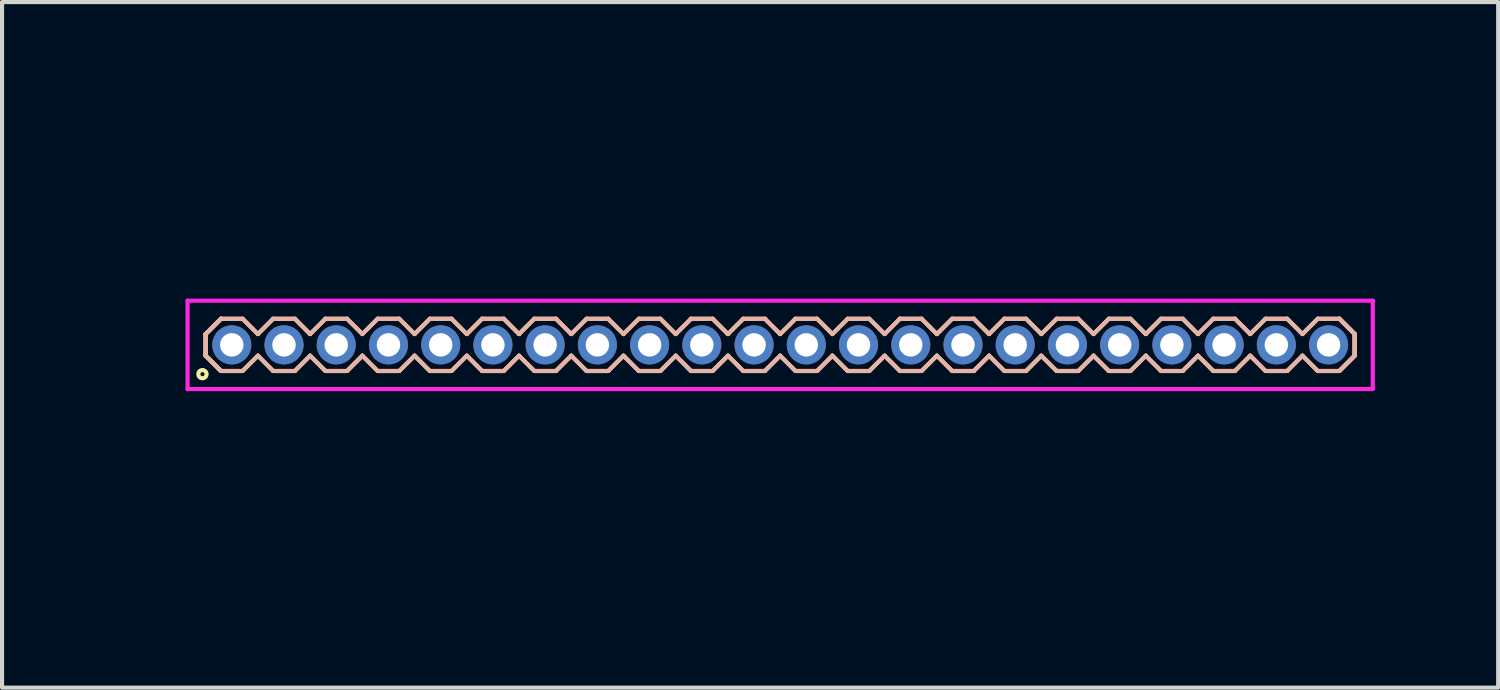
<source format=kicad_pcb>
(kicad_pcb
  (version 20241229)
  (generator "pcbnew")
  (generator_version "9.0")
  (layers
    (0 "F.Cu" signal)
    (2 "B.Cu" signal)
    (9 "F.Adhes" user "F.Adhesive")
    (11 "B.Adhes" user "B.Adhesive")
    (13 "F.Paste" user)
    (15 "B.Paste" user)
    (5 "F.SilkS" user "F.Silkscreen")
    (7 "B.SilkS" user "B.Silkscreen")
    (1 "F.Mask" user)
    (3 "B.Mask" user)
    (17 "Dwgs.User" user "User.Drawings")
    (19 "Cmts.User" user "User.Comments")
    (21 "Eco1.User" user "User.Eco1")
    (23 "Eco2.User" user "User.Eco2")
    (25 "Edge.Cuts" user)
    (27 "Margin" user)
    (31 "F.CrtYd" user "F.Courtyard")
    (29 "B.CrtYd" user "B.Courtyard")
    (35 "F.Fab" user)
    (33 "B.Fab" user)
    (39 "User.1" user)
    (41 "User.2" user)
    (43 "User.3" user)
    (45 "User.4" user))
  (footprint "HDR127P22x1"
    (layer "F.Cu")
    (at 15.921 5.336)
    (property "Reference" "HDR127P22x1" (at -15.16 0 90) (layer "User.1") (effects (font (size 1 1) (thickness 0.1))))
    (attr through_hole)
    (fp_line (start -13.97 -0.263) (end -13.598 -0.635) (stroke (width 0.1) (type solid)) (layer "F.SilkS"))
    (fp_line (start -13.97 -0.263) (end -13.598 -0.635) (stroke (width 0.1) (type solid)) (layer "F.SilkS"))
    (fp_line (start -13.97 0.263) (end -13.97 -0.263) (stroke (width 0.1) (type solid)) (layer "F.SilkS"))
    (fp_line (start -13.97 0.263) (end -13.97 -0.263) (stroke (width 0.1) (type solid)) (layer "F.SilkS"))
    (fp_line (start -13.598 -0.635) (end -13.072 -0.635) (stroke (width 0.1) (type solid)) (layer "F.SilkS"))
    (fp_line (start -13.598 0.635) (end -13.97 0.263) (stroke (width 0.1) (type solid)) (layer "F.SilkS"))
    (fp_line (start -13.598 0.635) (end -13.97 0.263) (stroke (width 0.1) (type solid)) (layer "F.SilkS"))
    (fp_line (start -13.072 -0.635) (end -12.7 -0.263) (stroke (width 0.1) (type solid)) (layer "F.SilkS"))
    (fp_line (start -13.072 0.635) (end -13.598 0.635) (stroke (width 0.1) (type solid)) (layer "F.SilkS"))
    (fp_line (start -12.7 -0.263) (end -12.328 -0.635) (stroke (width 0.1) (type solid)) (layer "F.SilkS"))
    (fp_line (start -12.7 0.263) (end -13.072 0.635) (stroke (width 0.1) (type solid)) (layer "F.SilkS"))
    (fp_line (start -12.328 -0.635) (end -11.802 -0.635) (stroke (width 0.1) (type solid)) (layer "F.SilkS"))
    (fp_line (start -12.328 0.635) (end -12.7 0.263) (stroke (width 0.1) (type solid)) (layer "F.SilkS"))
    (fp_line (start -11.802 -0.635) (end -11.43 -0.263) (stroke (width 0.1) (type solid)) (layer "F.SilkS"))
    (fp_line (start -11.802 0.635) (end -12.328 0.635) (stroke (width 0.1) (type solid)) (layer "F.SilkS"))
    (fp_line (start -11.43 -0.263) (end -11.058 -0.635) (stroke (width 0.1) (type solid)) (layer "F.SilkS"))
    (fp_line (start -11.43 0.263) (end -11.802 0.635) (stroke (width 0.1) (type solid)) (layer "F.SilkS"))
    (fp_line (start -11.058 -0.635) (end -10.532 -0.635) (stroke (width 0.1) (type solid)) (layer "F.SilkS"))
    (fp_line (start -11.058 0.635) (end -11.43 0.263) (stroke (width 0.1) (type solid)) (layer "F.SilkS"))
    (fp_line (start -10.532 -0.635) (end -10.16 -0.263) (stroke (width 0.1) (type solid)) (layer "F.SilkS"))
    (fp_line (start -10.532 0.635) (end -11.058 0.635) (stroke (width 0.1) (type solid)) (layer "F.SilkS"))
    (fp_line (start -10.16 -0.263) (end -9.788 -0.635) (stroke (width 0.1) (type solid)) (layer "F.SilkS"))
    (fp_line (start -10.16 0.263) (end -10.532 0.635) (stroke (width 0.1) (type solid)) (layer "F.SilkS"))
    (fp_line (start -9.788 -0.635) (end -9.262 -0.635) (stroke (width 0.1) (type solid)) (layer "F.SilkS"))
    (fp_line (start -9.788 0.635) (end -10.16 0.263) (stroke (width 0.1) (type solid)) (layer "F.SilkS"))
    (fp_line (start -9.262 -0.635) (end -8.89 -0.263) (stroke (width 0.1) (type solid)) (layer "F.SilkS"))
    (fp_line (start -9.262 0.635) (end -9.788 0.635) (stroke (width 0.1) (type solid)) (layer "F.SilkS"))
    (fp_line (start -8.89 -0.263) (end -8.518 -0.635) (stroke (width 0.1) (type solid)) (layer "F.SilkS"))
    (fp_line (start -8.89 0.263) (end -9.262 0.635) (stroke (width 0.1) (type solid)) (layer "F.SilkS"))
    (fp_line (start -8.518 -0.635) (end -7.992 -0.635) (stroke (width 0.1) (type solid)) (layer "F.SilkS"))
    (fp_line (start -8.518 0.635) (end -8.89 0.263) (stroke (width 0.1) (type solid)) (layer "F.SilkS"))
    (fp_line (start -7.992 -0.635) (end -7.62 -0.263) (stroke (width 0.1) (type solid)) (layer "F.SilkS"))
    (fp_line (start -7.992 0.635) (end -8.518 0.635) (stroke (width 0.1) (type solid)) (layer "F.SilkS"))
    (fp_line (start -7.62 -0.263) (end -7.248 -0.635) (stroke (width 0.1) (type solid)) (layer "F.SilkS"))
    (fp_line (start -7.62 0.263) (end -7.992 0.635) (stroke (width 0.1) (type solid)) (layer "F.SilkS"))
    (fp_line (start -7.248 -0.635) (end -6.722 -0.635) (stroke (width 0.1) (type solid)) (layer "F.SilkS"))
    (fp_line (start -7.248 0.635) (end -7.62 0.263) (stroke (width 0.1) (type solid)) (layer "F.SilkS"))
    (fp_line (start -6.722 -0.635) (end -6.35 -0.263) (stroke (width 0.1) (type solid)) (layer "F.SilkS"))
    (fp_line (start -6.722 0.635) (end -7.248 0.635) (stroke (width 0.1) (type solid)) (layer "F.SilkS"))
    (fp_line (start -6.35 -0.263) (end -5.978 -0.635) (stroke (width 0.1) (type solid)) (layer "F.SilkS"))
    (fp_line (start -6.35 0.263) (end -6.722 0.635) (stroke (width 0.1) (type solid)) (layer "F.SilkS"))
    (fp_line (start -5.978 -0.635) (end -5.452 -0.635) (stroke (width 0.1) (type solid)) (layer "F.SilkS"))
    (fp_line (start -5.978 0.635) (end -6.35 0.263) (stroke (width 0.1) (type solid)) (layer "F.SilkS"))
    (fp_line (start -5.452 -0.635) (end -5.08 -0.263) (stroke (width 0.1) (type solid)) (layer "F.SilkS"))
    (fp_line (start -5.452 0.635) (end -5.978 0.635) (stroke (width 0.1) (type solid)) (layer "F.SilkS"))
    (fp_line (start -5.08 -0.263) (end -4.708 -0.635) (stroke (width 0.1) (type solid)) (layer "F.SilkS"))
    (fp_line (start -5.08 0.263) (end -5.452 0.635) (stroke (width 0.1) (type solid)) (layer "F.SilkS"))
    (fp_line (start -4.708 -0.635) (end -4.182 -0.635) (stroke (width 0.1) (type solid)) (layer "F.SilkS"))
    (fp_line (start -4.708 0.635) (end -5.08 0.263) (stroke (width 0.1) (type solid)) (layer "F.SilkS"))
    (fp_line (start -4.182 -0.635) (end -3.81 -0.263) (stroke (width 0.1) (type solid)) (layer "F.SilkS"))
    (fp_line (start -4.182 0.635) (end -4.708 0.635) (stroke (width 0.1) (type solid)) (layer "F.SilkS"))
    (fp_line (start -3.81 -0.263) (end -3.438 -0.635) (stroke (width 0.1) (type solid)) (layer "F.SilkS"))
    (fp_line (start -3.81 0.263) (end -4.182 0.635) (stroke (width 0.1) (type solid)) (layer "F.SilkS"))
    (fp_line (start -3.438 -0.635) (end -2.912 -0.635) (stroke (width 0.1) (type solid)) (layer "F.SilkS"))
    (fp_line (start -3.438 0.635) (end -3.81 0.263) (stroke (width 0.1) (type solid)) (layer "F.SilkS"))
    (fp_line (start -2.912 -0.635) (end -2.54 -0.263) (stroke (width 0.1) (type solid)) (layer "F.SilkS"))
    (fp_line (start -2.912 0.635) (end -3.438 0.635) (stroke (width 0.1) (type solid)) (layer "F.SilkS"))
    (fp_line (start -2.54 -0.263) (end -2.168 -0.635) (stroke (width 0.1) (type solid)) (layer "F.SilkS"))
    (fp_line (start -2.54 0.263) (end -2.912 0.635) (stroke (width 0.1) (type solid)) (layer "F.SilkS"))
    (fp_line (start -2.168 -0.635) (end -1.642 -0.635) (stroke (width 0.1) (type solid)) (layer "F.SilkS"))
    (fp_line (start -2.168 0.635) (end -2.54 0.263) (stroke (width 0.1) (type solid)) (layer "F.SilkS"))
    (fp_line (start -1.642 -0.635) (end -1.27 -0.263) (stroke (width 0.1) (type solid)) (layer "F.SilkS"))
    (fp_line (start -1.642 0.635) (end -2.168 0.635) (stroke (width 0.1) (type solid)) (layer "F.SilkS"))
    (fp_line (start -1.27 -0.263) (end -0.898 -0.635) (stroke (width 0.1) (type solid)) (layer "F.SilkS"))
    (fp_line (start -1.27 0.263) (end -1.642 0.635) (stroke (width 0.1) (type solid)) (layer "F.SilkS"))
    (fp_line (start -0.898 -0.635) (end -0.372 -0.635) (stroke (width 0.1) (type solid)) (layer "F.SilkS"))
    (fp_line (start -0.898 0.635) (end -1.27 0.263) (stroke (width 0.1) (type solid)) (layer "F.SilkS"))
    (fp_line (start -0.372 -0.635) (end 0 -0.263) (stroke (width 0.1) (type solid)) (layer "F.SilkS"))
    (fp_line (start -0.372 0.635) (end -0.898 0.635) (stroke (width 0.1) (type solid)) (layer "F.SilkS"))
    (fp_line (start 0 -0.263) (end 0.372 -0.635) (stroke (width 0.1) (type solid)) (layer "F.SilkS"))
    (fp_line (start 0 0.263) (end -0.372 0.635) (stroke (width 0.1) (type solid)) (layer "F.SilkS"))
    (fp_line (start 0.372 -0.635) (end 0.898 -0.635) (stroke (width 0.1) (type solid)) (layer "F.SilkS"))
    (fp_line (start 0.372 0.635) (end 0 0.263) (stroke (width 0.1) (type solid)) (layer "F.SilkS"))
    (fp_line (start 0.898 -0.635) (end 1.27 -0.263) (stroke (width 0.1) (type solid)) (layer "F.SilkS"))
    (fp_line (start 0.898 0.635) (end 0.372 0.635) (stroke (width 0.1) (type solid)) (layer "F.SilkS"))
    (fp_line (start 1.27 -0.263) (end 1.642 -0.635) (stroke (width 0.1) (type solid)) (layer "F.SilkS"))
    (fp_line (start 1.27 0.263) (end 0.898 0.635) (stroke (width 0.1) (type solid)) (layer "F.SilkS"))
    (fp_line (start 1.642 -0.635) (end 2.168 -0.635) (stroke (width 0.1) (type solid)) (layer "F.SilkS"))
    (fp_line (start 1.642 0.635) (end 1.27 0.263) (stroke (width 0.1) (type solid)) (layer "F.SilkS"))
    (fp_line (start 2.168 -0.635) (end 2.54 -0.263) (stroke (width 0.1) (type solid)) (layer "F.SilkS"))
    (fp_line (start 2.168 0.635) (end 1.642 0.635) (stroke (width 0.1) (type solid)) (layer "F.SilkS"))
    (fp_line (start 2.54 -0.263) (end 2.912 -0.635) (stroke (width 0.1) (type solid)) (layer "F.SilkS"))
    (fp_line (start 2.54 0.263) (end 2.168 0.635) (stroke (width 0.1) (type solid)) (layer "F.SilkS"))
    (fp_line (start 2.912 -0.635) (end 3.438 -0.635) (stroke (width 0.1) (type solid)) (layer "F.SilkS"))
    (fp_line (start 2.912 0.635) (end 2.54 0.263) (stroke (width 0.1) (type solid)) (layer "F.SilkS"))
    (fp_line (start 3.438 -0.635) (end 3.81 -0.263) (stroke (width 0.1) (type solid)) (layer "F.SilkS"))
    (fp_line (start 3.438 0.635) (end 2.912 0.635) (stroke (width 0.1) (type solid)) (layer "F.SilkS"))
    (fp_line (start 3.81 -0.263) (end 4.182 -0.635) (stroke (width 0.1) (type solid)) (layer "F.SilkS"))
    (fp_line (start 3.81 0.263) (end 3.438 0.635) (stroke (width 0.1) (type solid)) (layer "F.SilkS"))
    (fp_line (start 4.182 -0.635) (end 4.708 -0.635) (stroke (width 0.1) (type solid)) (layer "F.SilkS"))
    (fp_line (start 4.182 0.635) (end 3.81 0.263) (stroke (width 0.1) (type solid)) (layer "F.SilkS"))
    (fp_line (start 4.708 -0.635) (end 5.08 -0.263) (stroke (width 0.1) (type solid)) (layer "F.SilkS"))
    (fp_line (start 4.708 0.635) (end 4.182 0.635) (stroke (width 0.1) (type solid)) (layer "F.SilkS"))
    (fp_line (start 5.08 -0.263) (end 5.452 -0.635) (stroke (width 0.1) (type solid)) (layer "F.SilkS"))
    (fp_line (start 5.08 0.263) (end 4.708 0.635) (stroke (width 0.1) (type solid)) (layer "F.SilkS"))
    (fp_line (start 5.452 -0.635) (end 5.978 -0.635) (stroke (width 0.1) (type solid)) (layer "F.SilkS"))
    (fp_line (start 5.452 0.635) (end 5.08 0.263) (stroke (width 0.1) (type solid)) (layer "F.SilkS"))
    (fp_line (start 5.978 -0.635) (end 6.35 -0.263) (stroke (width 0.1) (type solid)) (layer "F.SilkS"))
    (fp_line (start 5.978 0.635) (end 5.452 0.635) (stroke (width 0.1) (type solid)) (layer "F.SilkS"))
    (fp_line (start 6.35 -0.263) (end 6.722 -0.635) (stroke (width 0.1) (type solid)) (layer "F.SilkS"))
    (fp_line (start 6.35 0.263) (end 5.978 0.635) (stroke (width 0.1) (type solid)) (layer "F.SilkS"))
    (fp_line (start 6.722 -0.635) (end 7.248 -0.635) (stroke (width 0.1) (type solid)) (layer "F.SilkS"))
    (fp_line (start 6.722 0.635) (end 6.35 0.263) (stroke (width 0.1) (type solid)) (layer "F.SilkS"))
    (fp_line (start 7.248 -0.635) (end 7.62 -0.263) (stroke (width 0.1) (type solid)) (layer "F.SilkS"))
    (fp_line (start 7.248 0.635) (end 6.722 0.635) (stroke (width 0.1) (type solid)) (layer "F.SilkS"))
    (fp_line (start 7.62 -0.263) (end 7.992 -0.635) (stroke (width 0.1) (type solid)) (layer "F.SilkS"))
    (fp_line (start 7.62 0.263) (end 7.248 0.635) (stroke (width 0.1) (type solid)) (layer "F.SilkS"))
    (fp_line (start 7.992 -0.635) (end 8.518 -0.635) (stroke (width 0.1) (type solid)) (layer "F.SilkS"))
    (fp_line (start 7.992 0.635) (end 7.62 0.263) (stroke (width 0.1) (type solid)) (layer "F.SilkS"))
    (fp_line (start 8.518 -0.635) (end 8.89 -0.263) (stroke (width 0.1) (type solid)) (layer "F.SilkS"))
    (fp_line (start 8.518 0.635) (end 7.992 0.635) (stroke (width 0.1) (type solid)) (layer "F.SilkS"))
    (fp_line (start 8.89 -0.263) (end 9.262 -0.635) (stroke (width 0.1) (type solid)) (layer "F.SilkS"))
    (fp_line (start 8.89 0.263) (end 8.518 0.635) (stroke (width 0.1) (type solid)) (layer "F.SilkS"))
    (fp_line (start 9.262 -0.635) (end 9.788 -0.635) (stroke (width 0.1) (type solid)) (layer "F.SilkS"))
    (fp_line (start 9.262 0.635) (end 8.89 0.263) (stroke (width 0.1) (type solid)) (layer "F.SilkS"))
    (fp_line (start 9.788 -0.635) (end 10.16 -0.263) (stroke (width 0.1) (type solid)) (layer "F.SilkS"))
    (fp_line (start 9.788 0.635) (end 9.262 0.635) (stroke (width 0.1) (type solid)) (layer "F.SilkS"))
    (fp_line (start 10.16 -0.263) (end 10.532 -0.635) (stroke (width 0.1) (type solid)) (layer "F.SilkS"))
    (fp_line (start 10.16 0.263) (end 9.788 0.635) (stroke (width 0.1) (type solid)) (layer "F.SilkS"))
    (fp_line (start 10.532 -0.635) (end 11.058 -0.635) (stroke (width 0.1) (type solid)) (layer "F.SilkS"))
    (fp_line (start 10.532 0.635) (end 10.16 0.263) (stroke (width 0.1) (type solid)) (layer "F.SilkS"))
    (fp_line (start 11.058 -0.635) (end 11.43 -0.263) (stroke (width 0.1) (type solid)) (layer "F.SilkS"))
    (fp_line (start 11.058 0.635) (end 10.532 0.635) (stroke (width 0.1) (type solid)) (layer "F.SilkS"))
    (fp_line (start 11.43 -0.263) (end 11.802 -0.635) (stroke (width 0.1) (type solid)) (layer "F.SilkS"))
    (fp_line (start 11.43 0.263) (end 11.058 0.635) (stroke (width 0.1) (type solid)) (layer "F.SilkS"))
    (fp_line (start 11.802 -0.635) (end 12.328 -0.635) (stroke (width 0.1) (type solid)) (layer "F.SilkS"))
    (fp_line (start 11.802 0.635) (end 11.43 0.263) (stroke (width 0.1) (type solid)) (layer "F.SilkS"))
    (fp_line (start 12.328 -0.635) (end 12.7 -0.263) (stroke (width 0.1) (type solid)) (layer "F.SilkS"))
    (fp_line (start 12.328 0.635) (end 11.802 0.635) (stroke (width 0.1) (type solid)) (layer "F.SilkS"))
    (fp_line (start 12.7 -0.263) (end 13.072 -0.635) (stroke (width 0.1) (type solid)) (layer "F.SilkS"))
    (fp_line (start 12.7 0.263) (end 12.328 0.635) (stroke (width 0.1) (type solid)) (layer "F.SilkS"))
    (fp_line (start 13.072 -0.635) (end 13.598 -0.635) (stroke (width 0.1) (type solid)) (layer "F.SilkS"))
    (fp_line (start 13.072 0.635) (end 12.7 0.263) (stroke (width 0.1) (type solid)) (layer "F.SilkS"))
    (fp_line (start 13.598 -0.635) (end 13.97 -0.263) (stroke (width 0.1) (type solid)) (layer "F.SilkS"))
    (fp_line (start 13.598 -0.635) (end 13.97 -0.263) (stroke (width 0.1) (type solid)) (layer "F.SilkS"))
    (fp_line (start 13.598 0.635) (end 13.072 0.635) (stroke (width 0.1) (type solid)) (layer "F.SilkS"))
    (fp_line (start 13.97 -0.263) (end 13.97 0.263) (stroke (width 0.1) (type solid)) (layer "F.SilkS"))
    (fp_line (start 13.97 -0.263) (end 13.97 0.263) (stroke (width 0.1) (type solid)) (layer "F.SilkS"))
    (fp_line (start 13.97 0.263) (end 13.598 0.635) (stroke (width 0.1) (type solid)) (layer "F.SilkS"))
    (fp_line (start 13.97 0.263) (end 13.598 0.635) (stroke (width 0.1) (type solid)) (layer "F.SilkS"))
    (fp_circle (center -14.048 0.712) (end -13.948 0.712) (stroke (width 0.1) (type solid)) (fill no) (layer "F.SilkS"))
    (fp_line (start -13.97 -0.263) (end -13.598 -0.635) (stroke (width 0.1) (type solid)) (layer "B.SilkS"))
    (fp_line (start -13.97 -0.263) (end -13.598 -0.635) (stroke (width 0.1) (type solid)) (layer "B.SilkS"))
    (fp_line (start -13.97 0.263) (end -13.97 -0.263) (stroke (width 0.1) (type solid)) (layer "B.SilkS"))
    (fp_line (start -13.97 0.263) (end -13.97 -0.263) (stroke (width 0.1) (type solid)) (layer "B.SilkS"))
    (fp_line (start -13.598 -0.635) (end -13.072 -0.635) (stroke (width 0.1) (type solid)) (layer "B.SilkS"))
    (fp_line (start -13.598 0.635) (end -13.97 0.263) (stroke (width 0.1) (type solid)) (layer "B.SilkS"))
    (fp_line (start -13.598 0.635) (end -13.97 0.263) (stroke (width 0.1) (type solid)) (layer "B.SilkS"))
    (fp_line (start -13.072 -0.635) (end -12.7 -0.263) (stroke (width 0.1) (type solid)) (layer "B.SilkS"))
    (fp_line (start -13.072 0.635) (end -13.598 0.635) (stroke (width 0.1) (type solid)) (layer "B.SilkS"))
    (fp_line (start -12.7 -0.263) (end -12.328 -0.635) (stroke (width 0.1) (type solid)) (layer "B.SilkS"))
    (fp_line (start -12.7 0.263) (end -13.072 0.635) (stroke (width 0.1) (type solid)) (layer "B.SilkS"))
    (fp_line (start -12.328 -0.635) (end -11.802 -0.635) (stroke (width 0.1) (type solid)) (layer "B.SilkS"))
    (fp_line (start -12.328 0.635) (end -12.7 0.263) (stroke (width 0.1) (type solid)) (layer "B.SilkS"))
    (fp_line (start -11.802 -0.635) (end -11.43 -0.263) (stroke (width 0.1) (type solid)) (layer "B.SilkS"))
    (fp_line (start -11.802 0.635) (end -12.328 0.635) (stroke (width 0.1) (type solid)) (layer "B.SilkS"))
    (fp_line (start -11.43 -0.263) (end -11.058 -0.635) (stroke (width 0.1) (type solid)) (layer "B.SilkS"))
    (fp_line (start -11.43 0.263) (end -11.802 0.635) (stroke (width 0.1) (type solid)) (layer "B.SilkS"))
    (fp_line (start -11.058 -0.635) (end -10.532 -0.635) (stroke (width 0.1) (type solid)) (layer "B.SilkS"))
    (fp_line (start -11.058 0.635) (end -11.43 0.263) (stroke (width 0.1) (type solid)) (layer "B.SilkS"))
    (fp_line (start -10.532 -0.635) (end -10.16 -0.263) (stroke (width 0.1) (type solid)) (layer "B.SilkS"))
    (fp_line (start -10.532 0.635) (end -11.058 0.635) (stroke (width 0.1) (type solid)) (layer "B.SilkS"))
    (fp_line (start -10.16 -0.263) (end -9.788 -0.635) (stroke (width 0.1) (type solid)) (layer "B.SilkS"))
    (fp_line (start -10.16 0.263) (end -10.532 0.635) (stroke (width 0.1) (type solid)) (layer "B.SilkS"))
    (fp_line (start -9.788 -0.635) (end -9.262 -0.635) (stroke (width 0.1) (type solid)) (layer "B.SilkS"))
    (fp_line (start -9.788 0.635) (end -10.16 0.263) (stroke (width 0.1) (type solid)) (layer "B.SilkS"))
    (fp_line (start -9.262 -0.635) (end -8.89 -0.263) (stroke (width 0.1) (type solid)) (layer "B.SilkS"))
    (fp_line (start -9.262 0.635) (end -9.788 0.635) (stroke (width 0.1) (type solid)) (layer "B.SilkS"))
    (fp_line (start -8.89 -0.263) (end -8.518 -0.635) (stroke (width 0.1) (type solid)) (layer "B.SilkS"))
    (fp_line (start -8.89 0.263) (end -9.262 0.635) (stroke (width 0.1) (type solid)) (layer "B.SilkS"))
    (fp_line (start -8.518 -0.635) (end -7.992 -0.635) (stroke (width 0.1) (type solid)) (layer "B.SilkS"))
    (fp_line (start -8.518 0.635) (end -8.89 0.263) (stroke (width 0.1) (type solid)) (layer "B.SilkS"))
    (fp_line (start -7.992 -0.635) (end -7.62 -0.263) (stroke (width 0.1) (type solid)) (layer "B.SilkS"))
    (fp_line (start -7.992 0.635) (end -8.518 0.635) (stroke (width 0.1) (type solid)) (layer "B.SilkS"))
    (fp_line (start -7.62 -0.263) (end -7.248 -0.635) (stroke (width 0.1) (type solid)) (layer "B.SilkS"))
    (fp_line (start -7.62 0.263) (end -7.992 0.635) (stroke (width 0.1) (type solid)) (layer "B.SilkS"))
    (fp_line (start -7.248 -0.635) (end -6.722 -0.635) (stroke (width 0.1) (type solid)) (layer "B.SilkS"))
    (fp_line (start -7.248 0.635) (end -7.62 0.263) (stroke (width 0.1) (type solid)) (layer "B.SilkS"))
    (fp_line (start -6.722 -0.635) (end -6.35 -0.263) (stroke (width 0.1) (type solid)) (layer "B.SilkS"))
    (fp_line (start -6.722 0.635) (end -7.248 0.635) (stroke (width 0.1) (type solid)) (layer "B.SilkS"))
    (fp_line (start -6.35 -0.263) (end -5.978 -0.635) (stroke (width 0.1) (type solid)) (layer "B.SilkS"))
    (fp_line (start -6.35 0.263) (end -6.722 0.635) (stroke (width 0.1) (type solid)) (layer "B.SilkS"))
    (fp_line (start -5.978 -0.635) (end -5.452 -0.635) (stroke (width 0.1) (type solid)) (layer "B.SilkS"))
    (fp_line (start -5.978 0.635) (end -6.35 0.263) (stroke (width 0.1) (type solid)) (layer "B.SilkS"))
    (fp_line (start -5.452 -0.635) (end -5.08 -0.263) (stroke (width 0.1) (type solid)) (layer "B.SilkS"))
    (fp_line (start -5.452 0.635) (end -5.978 0.635) (stroke (width 0.1) (type solid)) (layer "B.SilkS"))
    (fp_line (start -5.08 -0.263) (end -4.708 -0.635) (stroke (width 0.1) (type solid)) (layer "B.SilkS"))
    (fp_line (start -5.08 0.263) (end -5.452 0.635) (stroke (width 0.1) (type solid)) (layer "B.SilkS"))
    (fp_line (start -4.708 -0.635) (end -4.182 -0.635) (stroke (width 0.1) (type solid)) (layer "B.SilkS"))
    (fp_line (start -4.708 0.635) (end -5.08 0.263) (stroke (width 0.1) (type solid)) (layer "B.SilkS"))
    (fp_line (start -4.182 -0.635) (end -3.81 -0.263) (stroke (width 0.1) (type solid)) (layer "B.SilkS"))
    (fp_line (start -4.182 0.635) (end -4.708 0.635) (stroke (width 0.1) (type solid)) (layer "B.SilkS"))
    (fp_line (start -3.81 -0.263) (end -3.438 -0.635) (stroke (width 0.1) (type solid)) (layer "B.SilkS"))
    (fp_line (start -3.81 0.263) (end -4.182 0.635) (stroke (width 0.1) (type solid)) (layer "B.SilkS"))
    (fp_line (start -3.438 -0.635) (end -2.912 -0.635) (stroke (width 0.1) (type solid)) (layer "B.SilkS"))
    (fp_line (start -3.438 0.635) (end -3.81 0.263) (stroke (width 0.1) (type solid)) (layer "B.SilkS"))
    (fp_line (start -2.912 -0.635) (end -2.54 -0.263) (stroke (width 0.1) (type solid)) (layer "B.SilkS"))
    (fp_line (start -2.912 0.635) (end -3.438 0.635) (stroke (width 0.1) (type solid)) (layer "B.SilkS"))
    (fp_line (start -2.54 -0.263) (end -2.168 -0.635) (stroke (width 0.1) (type solid)) (layer "B.SilkS"))
    (fp_line (start -2.54 0.263) (end -2.912 0.635) (stroke (width 0.1) (type solid)) (layer "B.SilkS"))
    (fp_line (start -2.168 -0.635) (end -1.642 -0.635) (stroke (width 0.1) (type solid)) (layer "B.SilkS"))
    (fp_line (start -2.168 0.635) (end -2.54 0.263) (stroke (width 0.1) (type solid)) (layer "B.SilkS"))
    (fp_line (start -1.642 -0.635) (end -1.27 -0.263) (stroke (width 0.1) (type solid)) (layer "B.SilkS"))
    (fp_line (start -1.642 0.635) (end -2.168 0.635) (stroke (width 0.1) (type solid)) (layer "B.SilkS"))
    (fp_line (start -1.27 -0.263) (end -0.898 -0.635) (stroke (width 0.1) (type solid)) (layer "B.SilkS"))
    (fp_line (start -1.27 0.263) (end -1.642 0.635) (stroke (width 0.1) (type solid)) (layer "B.SilkS"))
    (fp_line (start -0.898 -0.635) (end -0.372 -0.635) (stroke (width 0.1) (type solid)) (layer "B.SilkS"))
    (fp_line (start -0.898 0.635) (end -1.27 0.263) (stroke (width 0.1) (type solid)) (layer "B.SilkS"))
    (fp_line (start -0.372 -0.635) (end 0 -0.263) (stroke (width 0.1) (type solid)) (layer "B.SilkS"))
    (fp_line (start -0.372 0.635) (end -0.898 0.635) (stroke (width 0.1) (type solid)) (layer "B.SilkS"))
    (fp_line (start 0 -0.263) (end 0.372 -0.635) (stroke (width 0.1) (type solid)) (layer "B.SilkS"))
    (fp_line (start 0 0.263) (end -0.372 0.635) (stroke (width 0.1) (type solid)) (layer "B.SilkS"))
    (fp_line (start 0.372 -0.635) (end 0.898 -0.635) (stroke (width 0.1) (type solid)) (layer "B.SilkS"))
    (fp_line (start 0.372 0.635) (end 0 0.263) (stroke (width 0.1) (type solid)) (layer "B.SilkS"))
    (fp_line (start 0.898 -0.635) (end 1.27 -0.263) (stroke (width 0.1) (type solid)) (layer "B.SilkS"))
    (fp_line (start 0.898 0.635) (end 0.372 0.635) (stroke (width 0.1) (type solid)) (layer "B.SilkS"))
    (fp_line (start 1.27 -0.263) (end 1.642 -0.635) (stroke (width 0.1) (type solid)) (layer "B.SilkS"))
    (fp_line (start 1.27 0.263) (end 0.898 0.635) (stroke (width 0.1) (type solid)) (layer "B.SilkS"))
    (fp_line (start 1.642 -0.635) (end 2.168 -0.635) (stroke (width 0.1) (type solid)) (layer "B.SilkS"))
    (fp_line (start 1.642 0.635) (end 1.27 0.263) (stroke (width 0.1) (type solid)) (layer "B.SilkS"))
    (fp_line (start 2.168 -0.635) (end 2.54 -0.263) (stroke (width 0.1) (type solid)) (layer "B.SilkS"))
    (fp_line (start 2.168 0.635) (end 1.642 0.635) (stroke (width 0.1) (type solid)) (layer "B.SilkS"))
    (fp_line (start 2.54 -0.263) (end 2.912 -0.635) (stroke (width 0.1) (type solid)) (layer "B.SilkS"))
    (fp_line (start 2.54 0.263) (end 2.168 0.635) (stroke (width 0.1) (type solid)) (layer "B.SilkS"))
    (fp_line (start 2.912 -0.635) (end 3.438 -0.635) (stroke (width 0.1) (type solid)) (layer "B.SilkS"))
    (fp_line (start 2.912 0.635) (end 2.54 0.263) (stroke (width 0.1) (type solid)) (layer "B.SilkS"))
    (fp_line (start 3.438 -0.635) (end 3.81 -0.263) (stroke (width 0.1) (type solid)) (layer "B.SilkS"))
    (fp_line (start 3.438 0.635) (end 2.912 0.635) (stroke (width 0.1) (type solid)) (layer "B.SilkS"))
    (fp_line (start 3.81 -0.263) (end 4.182 -0.635) (stroke (width 0.1) (type solid)) (layer "B.SilkS"))
    (fp_line (start 3.81 0.263) (end 3.438 0.635) (stroke (width 0.1) (type solid)) (layer "B.SilkS"))
    (fp_line (start 4.182 -0.635) (end 4.708 -0.635) (stroke (width 0.1) (type solid)) (layer "B.SilkS"))
    (fp_line (start 4.182 0.635) (end 3.81 0.263) (stroke (width 0.1) (type solid)) (layer "B.SilkS"))
    (fp_line (start 4.708 -0.635) (end 5.08 -0.263) (stroke (width 0.1) (type solid)) (layer "B.SilkS"))
    (fp_line (start 4.708 0.635) (end 4.182 0.635) (stroke (width 0.1) (type solid)) (layer "B.SilkS"))
    (fp_line (start 5.08 -0.263) (end 5.452 -0.635) (stroke (width 0.1) (type solid)) (layer "B.SilkS"))
    (fp_line (start 5.08 0.263) (end 4.708 0.635) (stroke (width 0.1) (type solid)) (layer "B.SilkS"))
    (fp_line (start 5.452 -0.635) (end 5.978 -0.635) (stroke (width 0.1) (type solid)) (layer "B.SilkS"))
    (fp_line (start 5.452 0.635) (end 5.08 0.263) (stroke (width 0.1) (type solid)) (layer "B.SilkS"))
    (fp_line (start 5.978 -0.635) (end 6.35 -0.263) (stroke (width 0.1) (type solid)) (layer "B.SilkS"))
    (fp_line (start 5.978 0.635) (end 5.452 0.635) (stroke (width 0.1) (type solid)) (layer "B.SilkS"))
    (fp_line (start 6.35 -0.263) (end 6.722 -0.635) (stroke (width 0.1) (type solid)) (layer "B.SilkS"))
    (fp_line (start 6.35 0.263) (end 5.978 0.635) (stroke (width 0.1) (type solid)) (layer "B.SilkS"))
    (fp_line (start 6.722 -0.635) (end 7.248 -0.635) (stroke (width 0.1) (type solid)) (layer "B.SilkS"))
    (fp_line (start 6.722 0.635) (end 6.35 0.263) (stroke (width 0.1) (type solid)) (layer "B.SilkS"))
    (fp_line (start 7.248 -0.635) (end 7.62 -0.263) (stroke (width 0.1) (type solid)) (layer "B.SilkS"))
    (fp_line (start 7.248 0.635) (end 6.722 0.635) (stroke (width 0.1) (type solid)) (layer "B.SilkS"))
    (fp_line (start 7.62 -0.263) (end 7.992 -0.635) (stroke (width 0.1) (type solid)) (layer "B.SilkS"))
    (fp_line (start 7.62 0.263) (end 7.248 0.635) (stroke (width 0.1) (type solid)) (layer "B.SilkS"))
    (fp_line (start 7.992 -0.635) (end 8.518 -0.635) (stroke (width 0.1) (type solid)) (layer "B.SilkS"))
    (fp_line (start 7.992 0.635) (end 7.62 0.263) (stroke (width 0.1) (type solid)) (layer "B.SilkS"))
    (fp_line (start 8.518 -0.635) (end 8.89 -0.263) (stroke (width 0.1) (type solid)) (layer "B.SilkS"))
    (fp_line (start 8.518 0.635) (end 7.992 0.635) (stroke (width 0.1) (type solid)) (layer "B.SilkS"))
    (fp_line (start 8.89 -0.263) (end 9.262 -0.635) (stroke (width 0.1) (type solid)) (layer "B.SilkS"))
    (fp_line (start 8.89 0.263) (end 8.518 0.635) (stroke (width 0.1) (type solid)) (layer "B.SilkS"))
    (fp_line (start 9.262 -0.635) (end 9.788 -0.635) (stroke (width 0.1) (type solid)) (layer "B.SilkS"))
    (fp_line (start 9.262 0.635) (end 8.89 0.263) (stroke (width 0.1) (type solid)) (layer "B.SilkS"))
    (fp_line (start 9.788 -0.635) (end 10.16 -0.263) (stroke (width 0.1) (type solid)) (layer "B.SilkS"))
    (fp_line (start 9.788 0.635) (end 9.262 0.635) (stroke (width 0.1) (type solid)) (layer "B.SilkS"))
    (fp_line (start 10.16 -0.263) (end 10.532 -0.635) (stroke (width 0.1) (type solid)) (layer "B.SilkS"))
    (fp_line (start 10.16 0.263) (end 9.788 0.635) (stroke (width 0.1) (type solid)) (layer "B.SilkS"))
    (fp_line (start 10.532 -0.635) (end 11.058 -0.635) (stroke (width 0.1) (type solid)) (layer "B.SilkS"))
    (fp_line (start 10.532 0.635) (end 10.16 0.263) (stroke (width 0.1) (type solid)) (layer "B.SilkS"))
    (fp_line (start 11.058 -0.635) (end 11.43 -0.263) (stroke (width 0.1) (type solid)) (layer "B.SilkS"))
    (fp_line (start 11.058 0.635) (end 10.532 0.635) (stroke (width 0.1) (type solid)) (layer "B.SilkS"))
    (fp_line (start 11.43 -0.263) (end 11.802 -0.635) (stroke (width 0.1) (type solid)) (layer "B.SilkS"))
    (fp_line (start 11.43 0.263) (end 11.058 0.635) (stroke (width 0.1) (type solid)) (layer "B.SilkS"))
    (fp_line (start 11.802 -0.635) (end 12.328 -0.635) (stroke (width 0.1) (type solid)) (layer "B.SilkS"))
    (fp_line (start 11.802 0.635) (end 11.43 0.263) (stroke (width 0.1) (type solid)) (layer "B.SilkS"))
    (fp_line (start 12.328 -0.635) (end 12.7 -0.263) (stroke (width 0.1) (type solid)) (layer "B.SilkS"))
    (fp_line (start 12.328 0.635) (end 11.802 0.635) (stroke (width 0.1) (type solid)) (layer "B.SilkS"))
    (fp_line (start 12.7 -0.263) (end 13.072 -0.635) (stroke (width 0.1) (type solid)) (layer "B.SilkS"))
    (fp_line (start 12.7 0.263) (end 12.328 0.635) (stroke (width 0.1) (type solid)) (layer "B.SilkS"))
    (fp_line (start 13.072 -0.635) (end 13.598 -0.635) (stroke (width 0.1) (type solid)) (layer "B.SilkS"))
    (fp_line (start 13.072 0.635) (end 12.7 0.263) (stroke (width 0.1) (type solid)) (layer "B.SilkS"))
    (fp_line (start 13.598 -0.635) (end 13.97 -0.263) (stroke (width 0.1) (type solid)) (layer "B.SilkS"))
    (fp_line (start 13.598 -0.635) (end 13.97 -0.263) (stroke (width 0.1) (type solid)) (layer "B.SilkS"))
    (fp_line (start 13.598 0.635) (end 13.072 0.635) (stroke (width 0.1) (type solid)) (layer "B.SilkS"))
    (fp_line (start 13.97 -0.263) (end 13.97 0.263) (stroke (width 0.1) (type solid)) (layer "B.SilkS"))
    (fp_line (start 13.97 -0.263) (end 13.97 0.263) (stroke (width 0.1) (type solid)) (layer "B.SilkS"))
    (fp_line (start 13.97 0.263) (end 13.598 0.635) (stroke (width 0.1) (type solid)) (layer "B.SilkS"))
    (fp_line (start 13.97 0.263) (end 13.598 0.635) (stroke (width 0.1) (type solid)) (layer "B.SilkS"))
    (fp_line (start -14.41 -1.075) (end -14.41 1.075) (stroke (width 0.1) (type solid)) (layer "F.CrtYd"))
    (fp_line (start -14.41 1.075) (end 14.41 1.075) (stroke (width 0.1) (type solid)) (layer "F.CrtYd"))
    (fp_line (start 14.41 -1.075) (end -14.41 -1.075) (stroke (width 0.1) (type solid)) (layer "F.CrtYd"))
    (fp_line (start 14.41 1.075) (end 14.41 -1.075) (stroke (width 0.1) (type solid)) (layer "F.CrtYd"))
    (pad "1" thru_hole oval (at -13.335 0) (size 0.95 0.95) (drill 0.57) (layers "*.Cu" "*.Mask"))
    (pad "2" thru_hole oval (at -12.065 0) (size 0.95 0.95) (drill 0.57) (layers "*.Cu" "*.Mask"))
    (pad "3" thru_hole oval (at -10.795 0) (size 0.95 0.95) (drill 0.57) (layers "*.Cu" "*.Mask"))
    (pad "4" thru_hole oval (at -9.525 0) (size 0.95 0.95) (drill 0.57) (layers "*.Cu" "*.Mask"))
    (pad "5" thru_hole oval (at -8.255 0) (size 0.95 0.95) (drill 0.57) (layers "*.Cu" "*.Mask"))
    (pad "6" thru_hole oval (at -6.985 0) (size 0.95 0.95) (drill 0.57) (layers "*.Cu" "*.Mask"))
    (pad "7" thru_hole oval (at -5.715 0) (size 0.95 0.95) (drill 0.57) (layers "*.Cu" "*.Mask"))
    (pad "8" thru_hole oval (at -4.445 0) (size 0.95 0.95) (drill 0.57) (layers "*.Cu" "*.Mask"))
    (pad "9" thru_hole oval (at -3.175 0) (size 0.95 0.95) (drill 0.57) (layers "*.Cu" "*.Mask"))
    (pad "10" thru_hole oval (at -1.905 0) (size 0.95 0.95) (drill 0.57) (layers "*.Cu" "*.Mask"))
    (pad "11" thru_hole oval (at -0.635 0) (size 0.95 0.95) (drill 0.57) (layers "*.Cu" "*.Mask"))
    (pad "12" thru_hole oval (at 0.635 0) (size 0.95 0.95) (drill 0.57) (layers "*.Cu" "*.Mask"))
    (pad "13" thru_hole oval (at 1.905 0) (size 0.95 0.95) (drill 0.57) (layers "*.Cu" "*.Mask"))
    (pad "14" thru_hole oval (at 3.175 0) (size 0.95 0.95) (drill 0.57) (layers "*.Cu" "*.Mask"))
    (pad "15" thru_hole oval (at 4.445 0) (size 0.95 0.95) (drill 0.57) (layers "*.Cu" "*.Mask"))
    (pad "16" thru_hole oval (at 5.715 0) (size 0.95 0.95) (drill 0.57) (layers "*.Cu" "*.Mask"))
    (pad "17" thru_hole oval (at 6.985 0) (size 0.95 0.95) (drill 0.57) (layers "*.Cu" "*.Mask"))
    (pad "18" thru_hole oval (at 8.255 0) (size 0.95 0.95) (drill 0.57) (layers "*.Cu" "*.Mask"))
    (pad "19" thru_hole oval (at 9.525 0) (size 0.95 0.95) (drill 0.57) (layers "*.Cu" "*.Mask"))
    (pad "20" thru_hole oval (at 10.795 0) (size 0.95 0.95) (drill 0.57) (layers "*.Cu" "*.Mask"))
    (pad "21" thru_hole oval (at 12.065 0) (size 0.95 0.95) (drill 0.57) (layers "*.Cu" "*.Mask"))
    (pad "22" thru_hole oval (at 13.335 0) (size 0.95 0.95) (drill 0.57) (layers "*.Cu" "*.Mask")))
  (gr_rect
    (start -3 -3)
    (end 33.38 13.671)
    (stroke (width 0.1) (type default))
    (fill no)
    (layer "Edge.Cuts")))
</source>
